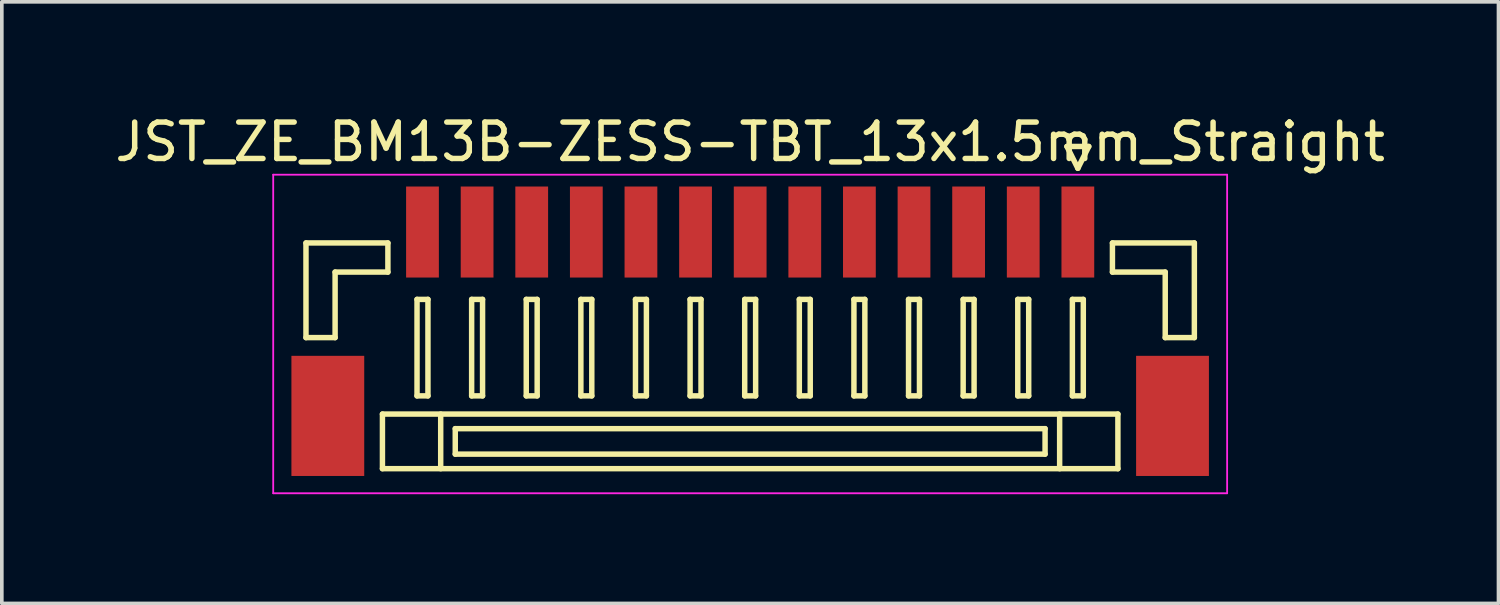
<source format=kicad_pcb>
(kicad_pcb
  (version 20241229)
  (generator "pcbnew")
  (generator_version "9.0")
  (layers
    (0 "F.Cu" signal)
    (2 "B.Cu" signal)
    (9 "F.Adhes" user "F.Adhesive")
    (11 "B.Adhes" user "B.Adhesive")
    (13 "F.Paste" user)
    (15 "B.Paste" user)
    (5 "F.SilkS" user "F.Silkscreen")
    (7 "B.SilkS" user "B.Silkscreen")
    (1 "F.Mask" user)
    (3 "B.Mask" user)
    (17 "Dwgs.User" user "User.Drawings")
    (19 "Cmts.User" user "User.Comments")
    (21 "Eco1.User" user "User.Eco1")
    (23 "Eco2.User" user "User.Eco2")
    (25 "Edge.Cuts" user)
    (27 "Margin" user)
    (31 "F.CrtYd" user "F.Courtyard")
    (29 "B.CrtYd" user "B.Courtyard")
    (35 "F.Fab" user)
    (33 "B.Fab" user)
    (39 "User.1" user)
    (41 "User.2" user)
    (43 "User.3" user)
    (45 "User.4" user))
  (footprint "JST_ZE_BM13B-ZESS-TBT_13x1.5mm_Straight"
    (layer "F.Cu")
    (at 17.554 5.848)
    (property "Reference" "JST_ZE_BM13B-ZESS-TBT_13x1.5mm_Straight" (at 0 -5 0) (layer "F.SilkS") (effects (font (size 1 1) (thickness 0.15))))
    (attr smd)
    (fp_line (start -12.2 -2.225) (end -12.2 0.375) (stroke (width 0.15) (type solid)) (layer "F.SilkS"))
    (fp_line (start -12.2 0.375) (end -11.4 0.375) (stroke (width 0.15) (type solid)) (layer "F.SilkS"))
    (fp_line (start -11.4 -1.425) (end -9.95 -1.425) (stroke (width 0.15) (type solid)) (layer "F.SilkS"))
    (fp_line (start -11.4 0.375) (end -11.4 -1.425) (stroke (width 0.15) (type solid)) (layer "F.SilkS"))
    (fp_line (start -10.1 2.475) (end -10.1 3.975) (stroke (width 0.15) (type solid)) (layer "F.SilkS"))
    (fp_line (start -10.1 3.975) (end 10.1 3.975) (stroke (width 0.15) (type solid)) (layer "F.SilkS"))
    (fp_line (start -9.95 -2.225) (end -12.2 -2.225) (stroke (width 0.15) (type solid)) (layer "F.SilkS"))
    (fp_line (start -9.95 -1.425) (end -9.95 -2.225) (stroke (width 0.15) (type solid)) (layer "F.SilkS"))
    (fp_line (start -9.15 -0.675) (end -9.15 1.975) (stroke (width 0.15) (type solid)) (layer "F.SilkS"))
    (fp_line (start -9.15 1.975) (end -8.85 1.975) (stroke (width 0.15) (type solid)) (layer "F.SilkS"))
    (fp_line (start -8.85 -0.675) (end -9.15 -0.675) (stroke (width 0.15) (type solid)) (layer "F.SilkS"))
    (fp_line (start -8.85 1.975) (end -8.85 -0.675) (stroke (width 0.15) (type solid)) (layer "F.SilkS"))
    (fp_line (start -8.5 2.475) (end -8.5 3.975) (stroke (width 0.15) (type solid)) (layer "F.SilkS"))
    (fp_line (start -8.1 2.875) (end -8.1 3.575) (stroke (width 0.15) (type solid)) (layer "F.SilkS"))
    (fp_line (start -8.1 3.575) (end 8.1 3.575) (stroke (width 0.15) (type solid)) (layer "F.SilkS"))
    (fp_line (start -7.65 -0.675) (end -7.65 1.975) (stroke (width 0.15) (type solid)) (layer "F.SilkS"))
    (fp_line (start -7.65 1.975) (end -7.35 1.975) (stroke (width 0.15) (type solid)) (layer "F.SilkS"))
    (fp_line (start -7.35 -0.675) (end -7.65 -0.675) (stroke (width 0.15) (type solid)) (layer "F.SilkS"))
    (fp_line (start -7.35 1.975) (end -7.35 -0.675) (stroke (width 0.15) (type solid)) (layer "F.SilkS"))
    (fp_line (start -6.15 -0.675) (end -6.15 1.975) (stroke (width 0.15) (type solid)) (layer "F.SilkS"))
    (fp_line (start -6.15 1.975) (end -5.85 1.975) (stroke (width 0.15) (type solid)) (layer "F.SilkS"))
    (fp_line (start -5.85 -0.675) (end -6.15 -0.675) (stroke (width 0.15) (type solid)) (layer "F.SilkS"))
    (fp_line (start -5.85 1.975) (end -5.85 -0.675) (stroke (width 0.15) (type solid)) (layer "F.SilkS"))
    (fp_line (start -4.65 -0.675) (end -4.65 1.975) (stroke (width 0.15) (type solid)) (layer "F.SilkS"))
    (fp_line (start -4.65 1.975) (end -4.35 1.975) (stroke (width 0.15) (type solid)) (layer "F.SilkS"))
    (fp_line (start -4.35 -0.675) (end -4.65 -0.675) (stroke (width 0.15) (type solid)) (layer "F.SilkS"))
    (fp_line (start -4.35 1.975) (end -4.35 -0.675) (stroke (width 0.15) (type solid)) (layer "F.SilkS"))
    (fp_line (start -3.15 -0.675) (end -3.15 1.975) (stroke (width 0.15) (type solid)) (layer "F.SilkS"))
    (fp_line (start -3.15 1.975) (end -2.85 1.975) (stroke (width 0.15) (type solid)) (layer "F.SilkS"))
    (fp_line (start -2.85 -0.675) (end -3.15 -0.675) (stroke (width 0.15) (type solid)) (layer "F.SilkS"))
    (fp_line (start -2.85 1.975) (end -2.85 -0.675) (stroke (width 0.15) (type solid)) (layer "F.SilkS"))
    (fp_line (start -1.65 -0.675) (end -1.65 1.975) (stroke (width 0.15) (type solid)) (layer "F.SilkS"))
    (fp_line (start -1.65 1.975) (end -1.35 1.975) (stroke (width 0.15) (type solid)) (layer "F.SilkS"))
    (fp_line (start -1.35 -0.675) (end -1.65 -0.675) (stroke (width 0.15) (type solid)) (layer "F.SilkS"))
    (fp_line (start -1.35 1.975) (end -1.35 -0.675) (stroke (width 0.15) (type solid)) (layer "F.SilkS"))
    (fp_line (start -0.15 -0.675) (end -0.15 1.975) (stroke (width 0.15) (type solid)) (layer "F.SilkS"))
    (fp_line (start -0.15 1.975) (end 0.15 1.975) (stroke (width 0.15) (type solid)) (layer "F.SilkS"))
    (fp_line (start 0.15 -0.675) (end -0.15 -0.675) (stroke (width 0.15) (type solid)) (layer "F.SilkS"))
    (fp_line (start 0.15 1.975) (end 0.15 -0.675) (stroke (width 0.15) (type solid)) (layer "F.SilkS"))
    (fp_line (start 1.35 -0.675) (end 1.35 1.975) (stroke (width 0.15) (type solid)) (layer "F.SilkS"))
    (fp_line (start 1.35 1.975) (end 1.65 1.975) (stroke (width 0.15) (type solid)) (layer "F.SilkS"))
    (fp_line (start 1.65 -0.675) (end 1.35 -0.675) (stroke (width 0.15) (type solid)) (layer "F.SilkS"))
    (fp_line (start 1.65 1.975) (end 1.65 -0.675) (stroke (width 0.15) (type solid)) (layer "F.SilkS"))
    (fp_line (start 2.85 -0.675) (end 2.85 1.975) (stroke (width 0.15) (type solid)) (layer "F.SilkS"))
    (fp_line (start 2.85 1.975) (end 3.15 1.975) (stroke (width 0.15) (type solid)) (layer "F.SilkS"))
    (fp_line (start 3.15 -0.675) (end 2.85 -0.675) (stroke (width 0.15) (type solid)) (layer "F.SilkS"))
    (fp_line (start 3.15 1.975) (end 3.15 -0.675) (stroke (width 0.15) (type solid)) (layer "F.SilkS"))
    (fp_line (start 4.35 -0.675) (end 4.35 1.975) (stroke (width 0.15) (type solid)) (layer "F.SilkS"))
    (fp_line (start 4.35 1.975) (end 4.65 1.975) (stroke (width 0.15) (type solid)) (layer "F.SilkS"))
    (fp_line (start 4.65 -0.675) (end 4.35 -0.675) (stroke (width 0.15) (type solid)) (layer "F.SilkS"))
    (fp_line (start 4.65 1.975) (end 4.65 -0.675) (stroke (width 0.15) (type solid)) (layer "F.SilkS"))
    (fp_line (start 5.85 -0.675) (end 5.85 1.975) (stroke (width 0.15) (type solid)) (layer "F.SilkS"))
    (fp_line (start 5.85 1.975) (end 6.15 1.975) (stroke (width 0.15) (type solid)) (layer "F.SilkS"))
    (fp_line (start 6.15 -0.675) (end 5.85 -0.675) (stroke (width 0.15) (type solid)) (layer "F.SilkS"))
    (fp_line (start 6.15 1.975) (end 6.15 -0.675) (stroke (width 0.15) (type solid)) (layer "F.SilkS"))
    (fp_line (start 7.35 -0.675) (end 7.35 1.975) (stroke (width 0.15) (type solid)) (layer "F.SilkS"))
    (fp_line (start 7.35 1.975) (end 7.65 1.975) (stroke (width 0.15) (type solid)) (layer "F.SilkS"))
    (fp_line (start 7.65 -0.675) (end 7.35 -0.675) (stroke (width 0.15) (type solid)) (layer "F.SilkS"))
    (fp_line (start 7.65 1.975) (end 7.65 -0.675) (stroke (width 0.15) (type solid)) (layer "F.SilkS"))
    (fp_line (start 8.1 2.875) (end -8.1 2.875) (stroke (width 0.15) (type solid)) (layer "F.SilkS"))
    (fp_line (start 8.1 3.575) (end 8.1 2.875) (stroke (width 0.15) (type solid)) (layer "F.SilkS"))
    (fp_line (start 8.5 2.475) (end 8.5 3.975) (stroke (width 0.15) (type solid)) (layer "F.SilkS"))
    (fp_line (start 8.7 -4.875) (end 9 -4.275) (stroke (width 0.15) (type solid)) (layer "F.SilkS"))
    (fp_line (start 8.85 -0.675) (end 8.85 1.975) (stroke (width 0.15) (type solid)) (layer "F.SilkS"))
    (fp_line (start 8.85 1.975) (end 9.15 1.975) (stroke (width 0.15) (type solid)) (layer "F.SilkS"))
    (fp_line (start 9 -4.275) (end 9.3 -4.875) (stroke (width 0.15) (type solid)) (layer "F.SilkS"))
    (fp_line (start 9.15 -0.675) (end 8.85 -0.675) (stroke (width 0.15) (type solid)) (layer "F.SilkS"))
    (fp_line (start 9.15 1.975) (end 9.15 -0.675) (stroke (width 0.15) (type solid)) (layer "F.SilkS"))
    (fp_line (start 9.3 -4.875) (end 8.7 -4.875) (stroke (width 0.15) (type solid)) (layer "F.SilkS"))
    (fp_line (start 9.95 -2.225) (end 12.2 -2.225) (stroke (width 0.15) (type solid)) (layer "F.SilkS"))
    (fp_line (start 9.95 -1.425) (end 9.95 -2.225) (stroke (width 0.15) (type solid)) (layer "F.SilkS"))
    (fp_line (start 10.1 2.475) (end -10.1 2.475) (stroke (width 0.15) (type solid)) (layer "F.SilkS"))
    (fp_line (start 10.1 3.975) (end 10.1 2.475) (stroke (width 0.15) (type solid)) (layer "F.SilkS"))
    (fp_line (start 11.4 -1.425) (end 9.95 -1.425) (stroke (width 0.15) (type solid)) (layer "F.SilkS"))
    (fp_line (start 11.4 0.375) (end 11.4 -1.425) (stroke (width 0.15) (type solid)) (layer "F.SilkS"))
    (fp_line (start 12.2 -2.225) (end 12.2 0.375) (stroke (width 0.15) (type solid)) (layer "F.SilkS"))
    (fp_line (start 12.2 0.375) (end 11.4 0.375) (stroke (width 0.15) (type solid)) (layer "F.SilkS"))
    (fp_line (start -13.1 -4.1) (end -13.1 4.65) (stroke (width 0.05) (type solid)) (layer "F.CrtYd"))
    (fp_line (start -13.1 4.65) (end 13.1 4.65) (stroke (width 0.05) (type solid)) (layer "F.CrtYd"))
    (fp_line (start 13.1 -4.1) (end -13.1 -4.1) (stroke (width 0.05) (type solid)) (layer "F.CrtYd"))
    (fp_line (start 13.1 4.65) (end 13.1 -4.1) (stroke (width 0.05) (type solid)) (layer "F.CrtYd"))
    (pad "" smd rect (at -11.6 2.525) (size 2 3.3) (layers "F.Cu" "F.Mask" "F.Paste"))
    (pad "" smd rect (at 11.6 2.525) (size 2 3.3) (layers "F.Cu" "F.Mask" "F.Paste"))
    (pad "1" smd rect (at 9 -2.525) (size 0.9 2.5) (layers "F.Cu" "F.Mask" "F.Paste"))
    (pad "2" smd rect (at 7.5 -2.525) (size 0.9 2.5) (layers "F.Cu" "F.Mask" "F.Paste"))
    (pad "3" smd rect (at 6 -2.525) (size 0.9 2.5) (layers "F.Cu" "F.Mask" "F.Paste"))
    (pad "4" smd rect (at 4.5 -2.525) (size 0.9 2.5) (layers "F.Cu" "F.Mask" "F.Paste"))
    (pad "5" smd rect (at 3 -2.525) (size 0.9 2.5) (layers "F.Cu" "F.Mask" "F.Paste"))
    (pad "6" smd rect (at 1.5 -2.525) (size 0.9 2.5) (layers "F.Cu" "F.Mask" "F.Paste"))
    (pad "7" smd rect (at 0 -2.525) (size 0.9 2.5) (layers "F.Cu" "F.Mask" "F.Paste"))
    (pad "8" smd rect (at -1.5 -2.525) (size 0.9 2.5) (layers "F.Cu" "F.Mask" "F.Paste"))
    (pad "9" smd rect (at -3 -2.525) (size 0.9 2.5) (layers "F.Cu" "F.Mask" "F.Paste"))
    (pad "10" smd rect (at -4.5 -2.525) (size 0.9 2.5) (layers "F.Cu" "F.Mask" "F.Paste"))
    (pad "11" smd rect (at -6 -2.525) (size 0.9 2.5) (layers "F.Cu" "F.Mask" "F.Paste"))
    (pad "12" smd rect (at -7.5 -2.525) (size 0.9 2.5) (layers "F.Cu" "F.Mask" "F.Paste"))
    (pad "13" smd rect (at -9 -2.525) (size 0.9 2.5) (layers "F.Cu" "F.Mask" "F.Paste")))
  (gr_rect
    (start -3 -3)
    (end 38.107 13.523)
    (stroke (width 0.1) (type default))
    (fill no)
    (layer "Edge.Cuts")))
</source>
